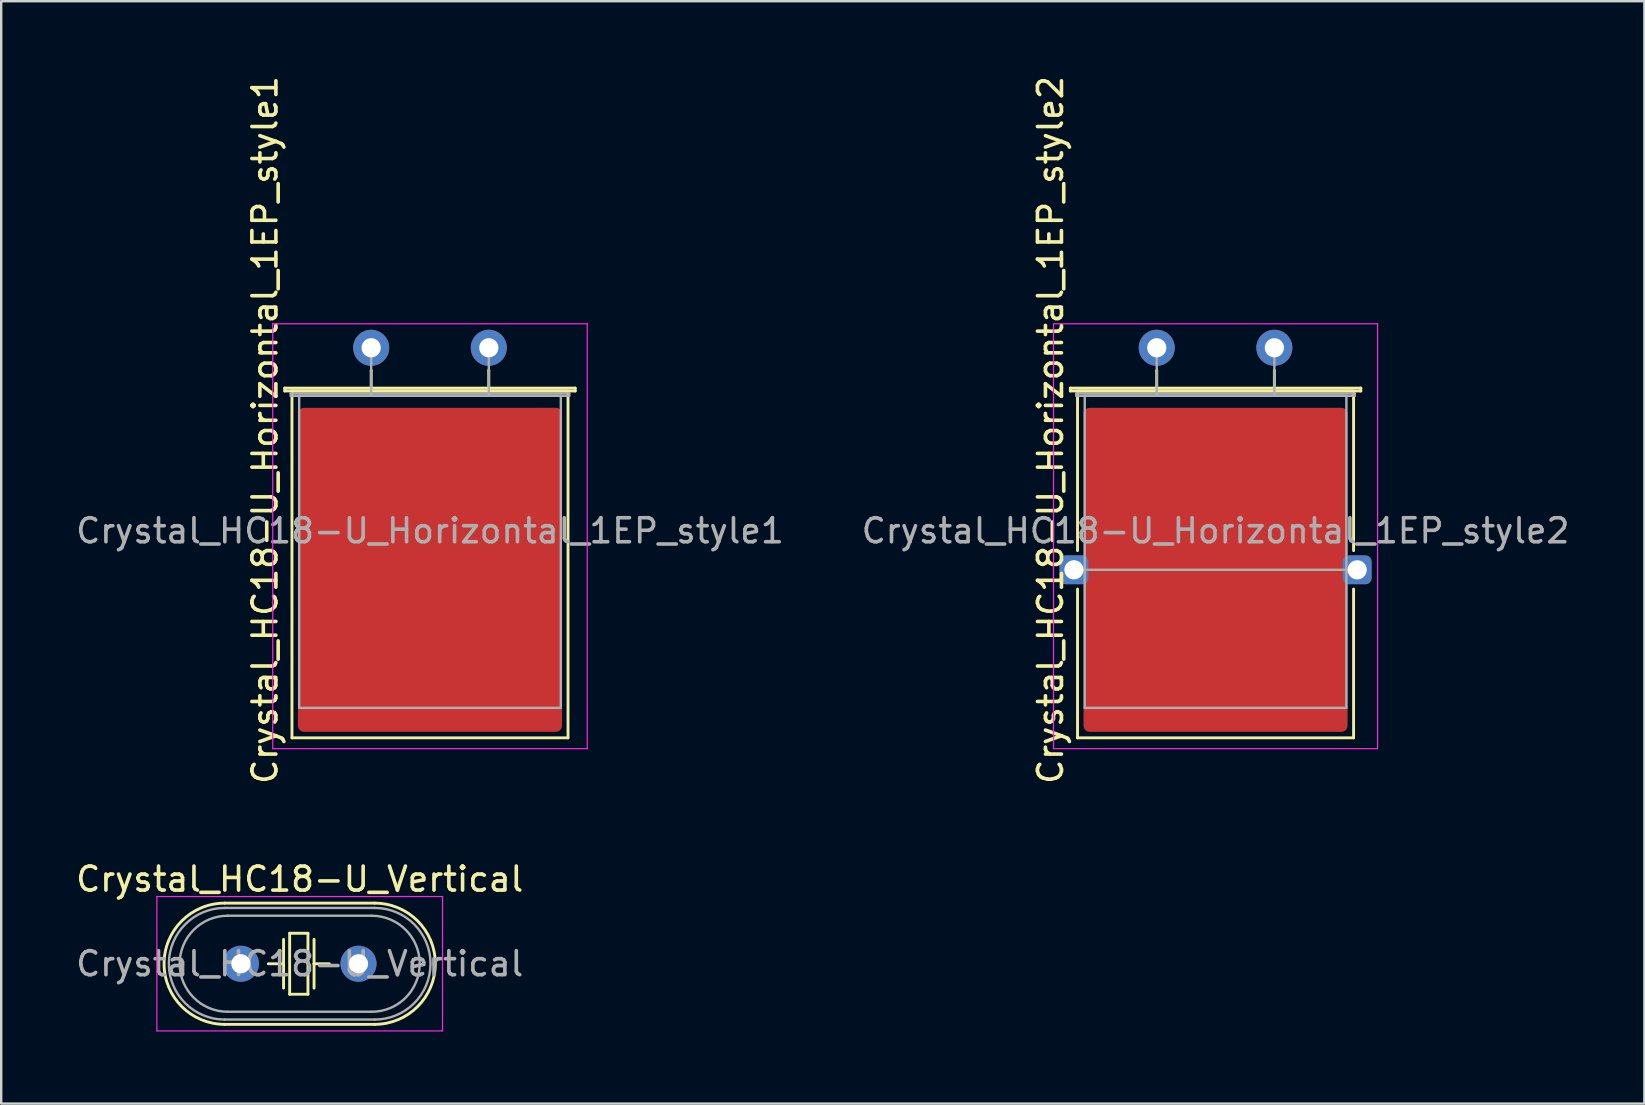
<source format=kicad_pcb>
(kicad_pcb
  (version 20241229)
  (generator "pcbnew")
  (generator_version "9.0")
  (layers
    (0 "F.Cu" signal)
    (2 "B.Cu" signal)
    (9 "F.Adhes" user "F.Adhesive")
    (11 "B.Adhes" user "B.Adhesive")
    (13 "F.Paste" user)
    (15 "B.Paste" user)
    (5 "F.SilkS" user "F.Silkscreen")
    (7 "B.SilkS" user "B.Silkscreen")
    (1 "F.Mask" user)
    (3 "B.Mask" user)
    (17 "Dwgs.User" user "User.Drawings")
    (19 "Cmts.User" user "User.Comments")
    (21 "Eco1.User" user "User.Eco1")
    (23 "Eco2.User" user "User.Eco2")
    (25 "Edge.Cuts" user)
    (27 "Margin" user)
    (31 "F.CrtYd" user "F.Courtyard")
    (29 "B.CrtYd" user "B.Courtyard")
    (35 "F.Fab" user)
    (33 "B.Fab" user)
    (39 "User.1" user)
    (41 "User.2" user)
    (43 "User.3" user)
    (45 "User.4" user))
  (footprint "Crystal_HC18-U_Horizontal_1EP_style1"
    (layer "F.Cu")
    (at 12.413 11.438)
    (property "Reference" "Crystal_HC18-U_Horizontal_1EP_style1" (at -4.425 3.425 90) (layer "F.SilkS") (effects (font (size 1 1) (thickness 0.15))))
    (attr through_hole)
    (fp_line (start -3.6 1.68) (end 8.5 1.68) (stroke (width 0.12) (type solid)) (layer "F.SilkS"))
    (fp_line (start -3.6 1.8) (end -3.6 1.68) (stroke (width 0.12) (type solid)) (layer "F.SilkS"))
    (fp_line (start -3.3 1.8) (end -3.3 16.25) (stroke (width 0.12) (type solid)) (layer "F.SilkS"))
    (fp_line (start -3.3 16.25) (end 8.2 16.25) (stroke (width 0.12) (type solid)) (layer "F.SilkS"))
    (fp_line (start 0 0.95) (end 0 0.95) (stroke (width 0.12) (type solid)) (layer "F.SilkS"))
    (fp_line (start 0 1.8) (end 0 0.95) (stroke (width 0.12) (type solid)) (layer "F.SilkS"))
    (fp_line (start 4.9 0.95) (end 4.9 0.95) (stroke (width 0.12) (type solid)) (layer "F.SilkS"))
    (fp_line (start 4.9 1.8) (end 4.9 0.95) (stroke (width 0.12) (type solid)) (layer "F.SilkS"))
    (fp_line (start 8.15 1.8) (end -3.25 1.8) (stroke (width 0.12) (type solid)) (layer "F.SilkS"))
    (fp_line (start 8.2 16.25) (end 8.2 1.8) (stroke (width 0.12) (type solid)) (layer "F.SilkS"))
    (fp_line (start 8.5 1.68) (end 8.5 1.8) (stroke (width 0.12) (type solid)) (layer "F.SilkS"))
    (fp_line (start 8.5 1.8) (end -3.6 1.8) (stroke (width 0.12) (type solid)) (layer "F.SilkS"))
    (fp_line (start -4.1 -1) (end -4.1 16.7) (stroke (width 0.05) (type solid)) (layer "F.CrtYd"))
    (fp_line (start -4.1 16.7) (end 9 16.7) (stroke (width 0.05) (type solid)) (layer "F.CrtYd"))
    (fp_line (start 9 -1) (end -4.1 -1) (stroke (width 0.05) (type solid)) (layer "F.CrtYd"))
    (fp_line (start 9 16.7) (end 9 -1) (stroke (width 0.05) (type solid)) (layer "F.CrtYd"))
    (fp_line (start -3.35 1.9) (end 8.25 1.9) (stroke (width 0.1) (type solid)) (layer "F.Fab"))
    (fp_line (start -3.35 2) (end -3.35 1.9) (stroke (width 0.1) (type solid)) (layer "F.Fab"))
    (fp_line (start -3 2) (end -3 15) (stroke (width 0.1) (type solid)) (layer "F.Fab"))
    (fp_line (start -3 15) (end 7.9 15) (stroke (width 0.1) (type solid)) (layer "F.Fab"))
    (fp_line (start 0 1) (end 0 0) (stroke (width 0.1) (type solid)) (layer "F.Fab"))
    (fp_line (start 0 2) (end 0 1) (stroke (width 0.1) (type solid)) (layer "F.Fab"))
    (fp_line (start 4.9 1) (end 4.9 0) (stroke (width 0.1) (type solid)) (layer "F.Fab"))
    (fp_line (start 4.9 2) (end 4.9 1) (stroke (width 0.1) (type solid)) (layer "F.Fab"))
    (fp_line (start 7.9 2) (end -3 2) (stroke (width 0.1) (type solid)) (layer "F.Fab"))
    (fp_line (start 7.9 15) (end 7.9 2) (stroke (width 0.1) (type solid)) (layer "F.Fab"))
    (fp_line (start 8.25 1.9) (end 8.25 2) (stroke (width 0.1) (type solid)) (layer "F.Fab"))
    (fp_line (start 8.25 2) (end -3.35 2) (stroke (width 0.1) (type solid)) (layer "F.Fab"))
    (fp_text user "${REFERENCE}" (at 2.45 7.625 0) (layer "F.Fab") (effects (font (size 1 1) (thickness 0.15))))
    (pad "1" thru_hole circle (at 0 0) (size 1.5 1.5) (drill 0.8) (layers "*.Cu" "*.Mask"))
    (pad "2" thru_hole circle (at 4.9 0) (size 1.5 1.5) (drill 0.8) (layers "*.Cu" "*.Mask"))
    (pad "3" smd roundrect (at 2.45 9.25) (size 11 13.5) (layers "F.Cu" "F.Mask" "F.Paste") (roundrect_rratio 0.023)))
  (footprint "Crystal_HC18-U_Horizontal_1EP_style2"
    (layer "F.Cu")
    (at 45.139 11.438)
    (property "Reference" "Crystal_HC18-U_Horizontal_1EP_style2" (at -4.425 3.425 90) (layer "F.SilkS") (effects (font (size 1 1) (thickness 0.15))))
    (attr through_hole)
    (fp_line (start -3.6 1.68) (end 8.5 1.68) (stroke (width 0.12) (type solid)) (layer "F.SilkS"))
    (fp_line (start -3.6 1.8) (end -3.6 1.68) (stroke (width 0.12) (type solid)) (layer "F.SilkS"))
    (fp_line (start -3.3 8.45) (end -3.3 1.8) (stroke (width 0.12) (type solid)) (layer "F.SilkS"))
    (fp_line (start -3.3 16.25) (end -3.3 10.05) (stroke (width 0.12) (type solid)) (layer "F.SilkS"))
    (fp_line (start -3.25 1.8) (end 8.15 1.8) (stroke (width 0.12) (type solid)) (layer "F.SilkS"))
    (fp_line (start 0 0.95) (end 0 0.95) (stroke (width 0.12) (type solid)) (layer "F.SilkS"))
    (fp_line (start 0 1.8) (end 0 0.95) (stroke (width 0.12) (type solid)) (layer "F.SilkS"))
    (fp_line (start 4.9 0.95) (end 4.9 0.95) (stroke (width 0.12) (type solid)) (layer "F.SilkS"))
    (fp_line (start 4.9 1.8) (end 4.9 0.95) (stroke (width 0.12) (type solid)) (layer "F.SilkS"))
    (fp_line (start 8.2 1.8) (end 8.2 8.45) (stroke (width 0.12) (type solid)) (layer "F.SilkS"))
    (fp_line (start 8.2 10.05) (end 8.2 16.25) (stroke (width 0.12) (type solid)) (layer "F.SilkS"))
    (fp_line (start 8.2 16.25) (end -3.3 16.25) (stroke (width 0.12) (type solid)) (layer "F.SilkS"))
    (fp_line (start 8.5 1.68) (end 8.5 1.8) (stroke (width 0.12) (type solid)) (layer "F.SilkS"))
    (fp_line (start 8.5 1.8) (end -3.6 1.8) (stroke (width 0.12) (type solid)) (layer "F.SilkS"))
    (fp_line (start -4.3 -1) (end -4.3 16.7) (stroke (width 0.05) (type solid)) (layer "F.CrtYd"))
    (fp_line (start -4.3 16.7) (end 9.2 16.7) (stroke (width 0.05) (type solid)) (layer "F.CrtYd"))
    (fp_line (start 9.2 -1) (end -4.3 -1) (stroke (width 0.05) (type solid)) (layer "F.CrtYd"))
    (fp_line (start 9.2 16.7) (end 9.2 -1) (stroke (width 0.05) (type solid)) (layer "F.CrtYd"))
    (fp_line (start -3.45 9.25) (end 8.35 9.25) (stroke (width 0.1) (type solid)) (layer "F.Fab"))
    (fp_line (start -3.35 1.9) (end 8.25 1.9) (stroke (width 0.1) (type solid)) (layer "F.Fab"))
    (fp_line (start -3.35 2) (end -3.35 1.9) (stroke (width 0.1) (type solid)) (layer "F.Fab"))
    (fp_line (start -3 2) (end -3 15) (stroke (width 0.1) (type solid)) (layer "F.Fab"))
    (fp_line (start -3 15) (end 7.9 15) (stroke (width 0.1) (type solid)) (layer "F.Fab"))
    (fp_line (start 0 1) (end 0 0) (stroke (width 0.1) (type solid)) (layer "F.Fab"))
    (fp_line (start 0 2) (end 0 1) (stroke (width 0.1) (type solid)) (layer "F.Fab"))
    (fp_line (start 4.9 1) (end 4.9 0) (stroke (width 0.1) (type solid)) (layer "F.Fab"))
    (fp_line (start 4.9 2) (end 4.9 1) (stroke (width 0.1) (type solid)) (layer "F.Fab"))
    (fp_line (start 7.9 2) (end -3 2) (stroke (width 0.1) (type solid)) (layer "F.Fab"))
    (fp_line (start 7.9 15) (end 7.9 2) (stroke (width 0.1) (type solid)) (layer "F.Fab"))
    (fp_line (start 8.25 1.9) (end 8.25 2) (stroke (width 0.1) (type solid)) (layer "F.Fab"))
    (fp_line (start 8.25 2) (end -3.35 2) (stroke (width 0.1) (type solid)) (layer "F.Fab"))
    (fp_text user "${REFERENCE}" (at 2.45 7.625 0) (layer "F.Fab") (effects (font (size 1 1) (thickness 0.15))))
    (pad "1" thru_hole circle (at 0 0) (size 1.5 1.5) (drill 0.8) (layers "*.Cu" "*.Mask"))
    (pad "2" thru_hole circle (at 4.9 0) (size 1.5 1.5) (drill 0.8) (layers "*.Cu" "*.Mask"))
    (pad "3" thru_hole roundrect (at -3.45 9.25) (size 1.2 1.2) (drill 0.8) (layers "*.Cu" "*.Mask") (roundrect_rratio 0.208))
    (pad "3" smd roundrect (at 2.45 9.25) (size 11 13.5) (layers "F.Cu" "F.Mask" "F.Paste") (roundrect_rratio 0.023))
    (pad "3" thru_hole roundrect (at 8.35 9.25) (size 1.2 1.2) (drill 0.8) (layers "*.Cu" "*.Mask") (roundrect_rratio 0.208)))
  (footprint "Crystal_HC18-U_Vertical"
    (layer "F.Cu")
    (at 6.985 37.099)
    (property "Reference" "Crystal_HC18-U_Vertical" (at 2.45 -3.525 0) (layer "F.SilkS") (effects (font (size 1 1) (thickness 0.15))))
    (attr through_hole)
    (fp_line (start -0.675 -2.525) (end 5.575 -2.525) (stroke (width 0.12) (type solid)) (layer "F.SilkS"))
    (fp_line (start -0.675 2.525) (end 5.575 2.525) (stroke (width 0.12) (type solid)) (layer "F.SilkS"))
    (fp_line (start 1.143 0) (end 1.778 0) (stroke (width 0.12) (type solid)) (layer "F.SilkS"))
    (fp_line (start 1.778 0) (end 1.778 -1.016) (stroke (width 0.12) (type solid)) (layer "F.SilkS"))
    (fp_line (start 1.778 0) (end 1.778 1.016) (stroke (width 0.12) (type solid)) (layer "F.SilkS"))
    (fp_line (start 2.032 -1.27) (end 2.032 1.27) (stroke (width 0.12) (type solid)) (layer "F.SilkS"))
    (fp_line (start 2.032 1.27) (end 2.794 1.27) (stroke (width 0.12) (type solid)) (layer "F.SilkS"))
    (fp_line (start 2.794 -1.27) (end 2.032 -1.27) (stroke (width 0.12) (type solid)) (layer "F.SilkS"))
    (fp_line (start 2.794 1.27) (end 2.794 -1.27) (stroke (width 0.12) (type solid)) (layer "F.SilkS"))
    (fp_line (start 3.048 0) (end 3.048 -1.016) (stroke (width 0.12) (type solid)) (layer "F.SilkS"))
    (fp_line (start 3.048 0) (end 3.048 1.016) (stroke (width 0.12) (type solid)) (layer "F.SilkS"))
    (fp_line (start 3.683 0) (end 3.048 0) (stroke (width 0.12) (type solid)) (layer "F.SilkS"))
    (fp_arc (start -0.675 2.525) (mid -3.2 0) (end -0.675 -2.525) (stroke (width 0.12) (type solid)) (layer "F.SilkS"))
    (fp_arc (start 5.575 -2.525) (mid 8.1 0) (end 5.575 2.525) (stroke (width 0.12) (type solid)) (layer "F.SilkS"))
    (fp_line (start -3.5 -2.8) (end -3.5 2.8) (stroke (width 0.05) (type solid)) (layer "F.CrtYd"))
    (fp_line (start -3.5 2.8) (end 8.4 2.8) (stroke (width 0.05) (type solid)) (layer "F.CrtYd"))
    (fp_line (start 8.4 -2.8) (end -3.5 -2.8) (stroke (width 0.05) (type solid)) (layer "F.CrtYd"))
    (fp_line (start 8.4 2.8) (end 8.4 -2.8) (stroke (width 0.05) (type solid)) (layer "F.CrtYd"))
    (fp_line (start -0.675 -2.325) (end 5.575 -2.325) (stroke (width 0.1) (type solid)) (layer "F.Fab"))
    (fp_line (start -0.675 2.325) (end 5.575 2.325) (stroke (width 0.1) (type solid)) (layer "F.Fab"))
    (fp_line (start -0.55 -2) (end 5.45 -2) (stroke (width 0.1) (type solid)) (layer "F.Fab"))
    (fp_line (start -0.55 2) (end 5.45 2) (stroke (width 0.1) (type solid)) (layer "F.Fab"))
    (fp_arc (start -0.675 2.325) (mid -3 0) (end -0.675 -2.325) (stroke (width 0.1) (type solid)) (layer "F.Fab"))
    (fp_arc (start -0.55 2) (mid -2.55 0) (end -0.55 -2) (stroke (width 0.1) (type solid)) (layer "F.Fab"))
    (fp_arc (start 5.45 -2) (mid 7.45 0) (end 5.45 2) (stroke (width 0.1) (type solid)) (layer "F.Fab"))
    (fp_arc (start 5.575 -2.325) (mid 7.9 0) (end 5.575 2.325) (stroke (width 0.1) (type solid)) (layer "F.Fab"))
    (fp_text user "${REFERENCE}" (at 2.45 0 0) (layer "F.Fab") (effects (font (size 1 1) (thickness 0.15))))
    (pad "1" thru_hole circle (at 0 0) (size 1.5 1.5) (drill 0.8) (layers "*.Cu" "*.Mask"))
    (pad "2" thru_hole circle (at 4.9 0) (size 1.5 1.5) (drill 0.8) (layers "*.Cu" "*.Mask")))
  (gr_rect
    (start -3 -3)
    (end 65.452 42.924)
    (stroke (width 0.1) (type default))
    (fill no)
    (layer "Edge.Cuts")))
</source>
